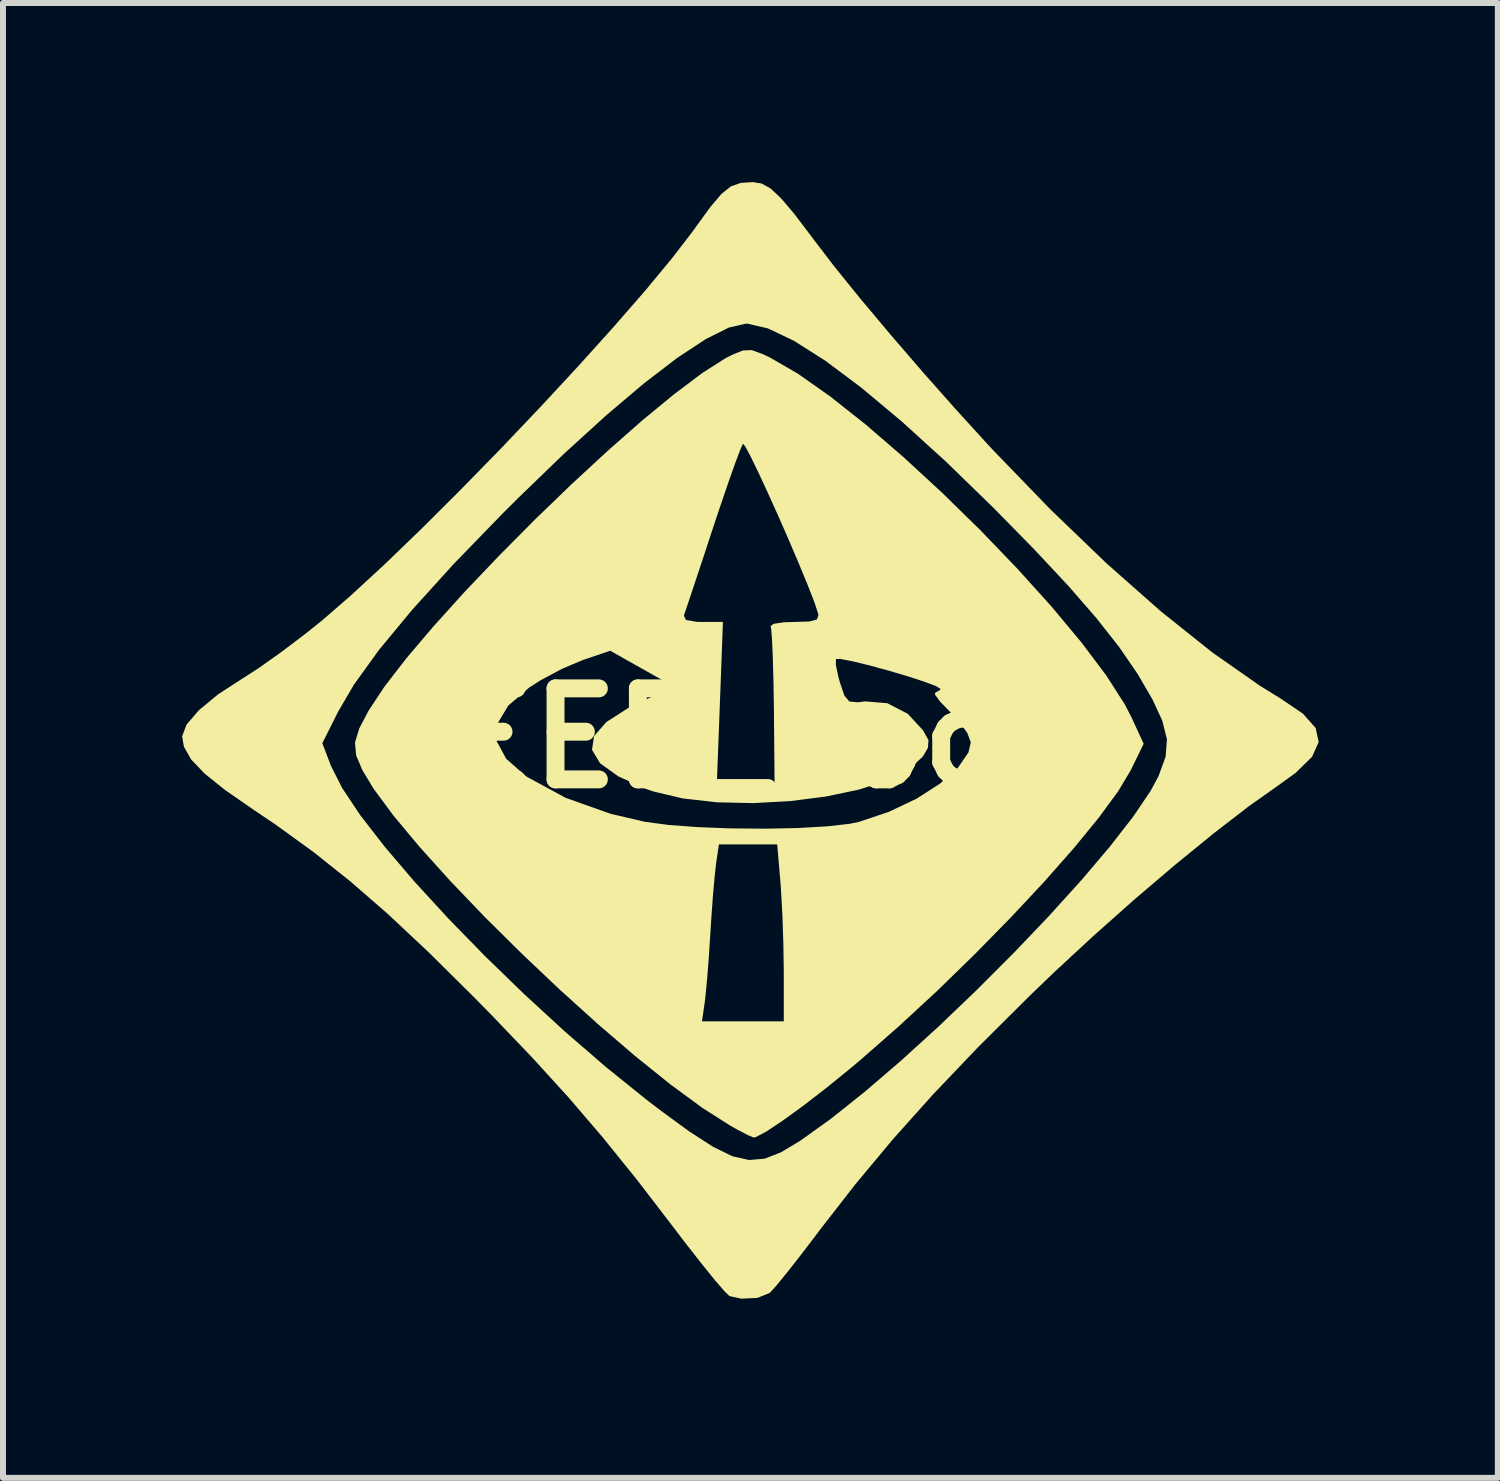
<source format=kicad_pcb>
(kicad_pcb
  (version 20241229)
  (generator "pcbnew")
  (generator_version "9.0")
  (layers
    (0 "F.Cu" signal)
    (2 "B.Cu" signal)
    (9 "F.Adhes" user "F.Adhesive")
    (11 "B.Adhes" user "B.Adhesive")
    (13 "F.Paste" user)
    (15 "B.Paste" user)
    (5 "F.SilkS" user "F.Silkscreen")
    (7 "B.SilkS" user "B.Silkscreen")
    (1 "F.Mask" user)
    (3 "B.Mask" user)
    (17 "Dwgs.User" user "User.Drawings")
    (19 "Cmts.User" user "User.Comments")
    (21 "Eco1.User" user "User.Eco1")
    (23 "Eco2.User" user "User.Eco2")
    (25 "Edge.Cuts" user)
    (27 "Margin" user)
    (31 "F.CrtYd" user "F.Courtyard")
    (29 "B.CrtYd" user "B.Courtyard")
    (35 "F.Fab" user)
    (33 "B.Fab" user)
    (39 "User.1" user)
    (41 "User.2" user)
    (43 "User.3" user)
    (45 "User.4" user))
  (footprint "IEEE_Logo"
    (layer "F.Cu")
    (at 9.483 9.313)
    (property "Reference" "IEEE_Logo" (at 0 0 0) (layer "F.SilkS") (effects (font (size 1.524 1.524) (thickness 0.3))))
    (attr board_only exclude_from_pos_files exclude_from_bom)
    (fp_poly (pts (xy 0.22 -9.29) (xy 0.37 -9.208) (xy 0.545 -9.045) (xy 0.767 -8.784) (xy 1.057 -8.402) (xy 1.102 -8.341) (xy 1.442 -7.897) (xy 1.875 -7.362) (xy 2.375 -6.766) (xy 2.915 -6.139) (xy 3.47 -5.512) (xy 4.015 -4.914) (xy 4.097 -4.826) (xy 5.06 -3.83) (xy 6.002 -2.925) (xy 6.911 -2.122) (xy 7.772 -1.435) (xy 8.569 -0.877) (xy 8.91 -0.667) (xy 9.286 -0.412) (xy 9.5 -0.172) (xy 9.551 0.064) (xy 9.441 0.31) (xy 9.168 0.578) (xy 8.871 0.793) (xy 8.376 1.143) (xy 7.793 1.593) (xy 7.147 2.12) (xy 6.466 2.7) (xy 5.778 3.311) (xy 5.11 3.93) (xy 4.708 4.317) (xy 3.847 5.174) (xy 3.094 5.964) (xy 2.419 6.718) (xy 1.793 7.469) (xy 1.186 8.249) (xy 1.147 8.302) (xy 0.887 8.643) (xy 0.654 8.941) (xy 0.471 9.165) (xy 0.361 9.286) (xy 0.353 9.292) (xy 0.151 9.373) (xy -0.116 9.386) (xy -0.315 9.343) (xy -0.398 9.264) (xy -0.563 9.073) (xy -0.79 8.792) (xy -1.06 8.447) (xy -1.259 8.185) (xy -1.867 7.393) (xy -2.438 6.686) (xy -3.009 6.019) (xy -3.619 5.349) (xy -4.306 4.631) (xy -4.6 4.332) (xy -5.354 3.585) (xy -6.034 2.947) (xy -6.67 2.394) (xy -7.29 1.901) (xy -7.924 1.442) (xy -8.275 1.206) (xy -8.759 0.871) (xy -9.106 0.593) (xy -9.332 0.356) (xy -9.452 0.144) (xy -9.463 0.084) (xy -7.135 0.084) (xy -6.989 0.466) (xy -6.802 0.836) (xy -6.497 1.293) (xy -6.089 1.819) (xy -5.594 2.399) (xy -5.029 3.015) (xy -4.41 3.65) (xy -3.752 4.288) (xy -3.072 4.913) (xy -2.385 5.507) (xy -1.707 6.053) (xy -1.496 6.215) (xy -0.996 6.581) (xy -0.596 6.84) (xy -0.269 7) (xy 0.012 7.064) (xy 0.275 7.041) (xy 0.545 6.935) (xy 0.851 6.752) (xy 0.874 6.737) (xy 1.385 6.371) (xy 1.953 5.918) (xy 2.561 5.396) (xy 3.192 4.822) (xy 3.827 4.214) (xy 4.448 3.592) (xy 5.039 2.972) (xy 5.581 2.373) (xy 6.056 1.813) (xy 6.447 1.31) (xy 6.736 0.882) (xy 6.869 0.635) (xy 6.988 0.308) (xy 7.01 0.017) (xy 6.931 -0.296) (xy 6.768 -0.648) (xy 6.521 -1.073) (xy 6.214 -1.521) (xy 5.832 -2.007) (xy 5.36 -2.55) (xy 4.785 -3.165) (xy 4.108 -3.855) (xy 3.31 -4.631) (xy 2.569 -5.304) (xy 1.894 -5.869) (xy 1.29 -6.321) (xy 0.766 -6.654) (xy 0.329 -6.863) (xy -0.014 -6.942) (xy -0.042 -6.943) (xy -0.328 -6.877) (xy -0.712 -6.685) (xy -1.188 -6.372) (xy -1.748 -5.943) (xy -2.385 -5.404) (xy -3.092 -4.76) (xy -3.861 -4.017) (xy -4.106 -3.773) (xy -4.938 -2.915) (xy -5.631 -2.15) (xy -6.187 -1.478) (xy -6.606 -0.897) (xy -6.87 -0.445) (xy -7.135 0.084) (xy -9.463 0.084) (xy -9.483 -0.032) (xy -9.408 -0.23) (xy -9.2 -0.471) (xy -8.881 -0.735) (xy -8.503 -0.98) (xy -8.203 -1.173) (xy -7.828 -1.439) (xy -7.431 -1.739) (xy -7.136 -1.975) (xy -6.652 -2.395) (xy -6.093 -2.911) (xy -5.479 -3.503) (xy -4.829 -4.151) (xy -4.162 -4.833) (xy -3.499 -5.53) (xy -2.86 -6.219) (xy -2.263 -6.881) (xy -1.729 -7.494) (xy -1.278 -8.039) (xy -0.928 -8.494) (xy -0.878 -8.564) (xy -0.634 -8.9) (xy -0.448 -9.118) (xy -0.29 -9.243) (xy -0.127 -9.3) (xy 0.072 -9.313) (xy 0.076 -9.313)) (stroke (width 0) (type solid)) (fill yes) (layer "F.SilkS"))
    (fp_poly (pts (xy 0.243 -6.432) (xy 0.361 -6.376) (xy 0.829 -6.105) (xy 1.372 -5.723) (xy 1.97 -5.249) (xy 2.603 -4.703) (xy 3.25 -4.106) (xy 3.891 -3.478) (xy 4.506 -2.838) (xy 5.075 -2.207) (xy 5.578 -1.604) (xy 5.994 -1.051) (xy 6.304 -0.567) (xy 6.413 -0.356) (xy 6.62 0.093) (xy 6.403 0.537) (xy 6.194 0.887) (xy 5.872 1.326) (xy 5.454 1.837) (xy 4.957 2.401) (xy 4.397 3) (xy 3.793 3.616) (xy 3.162 4.231) (xy 2.519 4.825) (xy 1.884 5.382) (xy 1.693 5.542) (xy 1.29 5.869) (xy 0.907 6.164) (xy 0.57 6.408) (xy 0.303 6.586) (xy 0.129 6.678) (xy 0.089 6.688) (xy -0.006 6.648) (xy -0.194 6.55) (xy -0.304 6.488) (xy -0.77 6.191) (xy -1.309 5.795) (xy -1.902 5.318) (xy -2.529 4.78) (xy -2.571 4.741) (xy -0.777 4.741) (xy 0.593 4.741) (xy 0.593 3.907) (xy 0.586 3.45) (xy 0.57 2.965) (xy 0.546 2.536) (xy 0.538 2.426) (xy 0.483 1.778) (xy -0.493 1.778) (xy -0.54 2.095) (xy -0.565 2.32) (xy -0.595 2.657) (xy -0.623 3.051) (xy -0.636 3.26) (xy -0.662 3.661) (xy -0.691 4.035) (xy -0.719 4.325) (xy -0.731 4.424) (xy -0.777 4.741) (xy -2.571 4.741) (xy -3.172 4.198) (xy -3.811 3.592) (xy -4.428 2.98) (xy -5.002 2.38) (xy -5.514 1.811) (xy -5.946 1.293) (xy -6.279 0.842) (xy -6.465 0.533) (xy -6.569 0.287) (xy -6.588 0.074) (xy -6.582 0.052) (xy -4.214 0.052) (xy -4.056 0.344) (xy -3.73 0.631) (xy -3.702 0.65) (xy -3.063 0.997) (xy -2.307 1.266) (xy -1.736 1.399) (xy -1.342 1.452) (xy -0.848 1.489) (xy -0.294 1.51) (xy 0.279 1.515) (xy 0.829 1.504) (xy 1.316 1.476) (xy 1.698 1.433) (xy 1.852 1.401) (xy 2.355 1.232) (xy 2.816 1.013) (xy 3.209 0.761) (xy 3.508 0.497) (xy 3.686 0.237) (xy 3.725 0.069) (xy 3.666 -0.089) (xy 3.513 -0.299) (xy 3.383 -0.436) (xy 3.213 -0.611) (xy 3.125 -0.73) (xy 3.129 -0.762) (xy 3.214 -0.81) (xy 3.217 -0.827) (xy 3.142 -0.873) (xy 2.943 -0.948) (xy 2.662 -1.039) (xy 2.34 -1.134) (xy 2.018 -1.222) (xy 1.738 -1.29) (xy 1.54 -1.328) (xy 1.467 -1.326) (xy 1.465 -1.229) (xy 1.507 -1.029) (xy 1.534 -0.931) (xy 1.609 -0.711) (xy 1.691 -0.615) (xy 1.834 -0.602) (xy 1.956 -0.617) (xy 2.328 -0.586) (xy 2.671 -0.408) (xy 2.926 -0.131) (xy 3.017 0.034) (xy 3.006 0.163) (xy 2.924 0.304) (xy 2.695 0.52) (xy 2.328 0.706) (xy 1.854 0.86) (xy 1.301 0.976) (xy 0.7 1.053) (xy 0.08 1.087) (xy -0.529 1.073) (xy -1.097 1.009) (xy -1.595 0.891) (xy -1.707 0.852) (xy -2.18 0.638) (xy -2.484 0.419) (xy -2.619 0.194) (xy -2.584 -0.036) (xy -2.38 -0.27) (xy -2.007 -0.509) (xy -1.74 -0.637) (xy -1.238 -0.859) (xy -1.776 -1.162) (xy -2.314 -1.465) (xy -2.776 -1.308) (xy -3.117 -1.164) (xy -3.482 -0.969) (xy -3.671 -0.848) (xy -4.021 -0.546) (xy -4.202 -0.245) (xy -4.214 0.052) (xy -6.582 0.052) (xy -6.517 -0.163) (xy -6.358 -0.466) (xy -6.095 -0.863) (xy -5.728 -1.338) (xy -5.273 -1.874) (xy -5.111 -2.053) (xy -1.08 -2.053) (xy -1.046 -1.98) (xy -0.864 -1.949) (xy -0.772 -1.947) (xy -0.426 -1.947) (xy -0.48 -0.503) (xy -0.535 0.941) (xy 0.44 0.889) (xy 0.428 -0.459) (xy 0.421 -0.922) (xy 0.41 -1.325) (xy 0.397 -1.638) (xy 0.382 -1.831) (xy 0.372 -1.877) (xy 0.423 -1.916) (xy 0.599 -1.942) (xy 0.767 -1.947) (xy 1.023 -1.955) (xy 1.147 -1.988) (xy 1.173 -2.058) (xy 1.166 -2.095) (xy 1.105 -2.279) (xy 0.995 -2.561) (xy 0.85 -2.914) (xy 0.682 -3.308) (xy 0.504 -3.715) (xy 0.328 -4.105) (xy 0.168 -4.45) (xy 0.036 -4.722) (xy -0.055 -4.891) (xy -0.091 -4.932) (xy -0.135 -4.834) (xy -0.222 -4.603) (xy -0.341 -4.266) (xy -0.482 -3.853) (xy -0.595 -3.514) (xy -0.745 -3.057) (xy -0.879 -2.654) (xy -0.986 -2.332) (xy -1.057 -2.121) (xy -1.08 -2.053) (xy -5.111 -2.053) (xy -4.751 -2.452) (xy -4.179 -3.052) (xy -3.578 -3.658) (xy -2.965 -4.25) (xy -2.359 -4.81) (xy -1.78 -5.32) (xy -1.245 -5.76) (xy -0.775 -6.114) (xy -0.387 -6.362) (xy -0.276 -6.419) (xy -0.092 -6.494) (xy 0.056 -6.5)) (stroke (width 0) (type solid)) (fill yes) (layer "F.SilkS")))
  (gr_rect
    (start -3 -3)
    (end 22.034 21.7)
    (stroke (width 0.1) (type default))
    (fill no)
    (layer "Edge.Cuts")))
</source>
